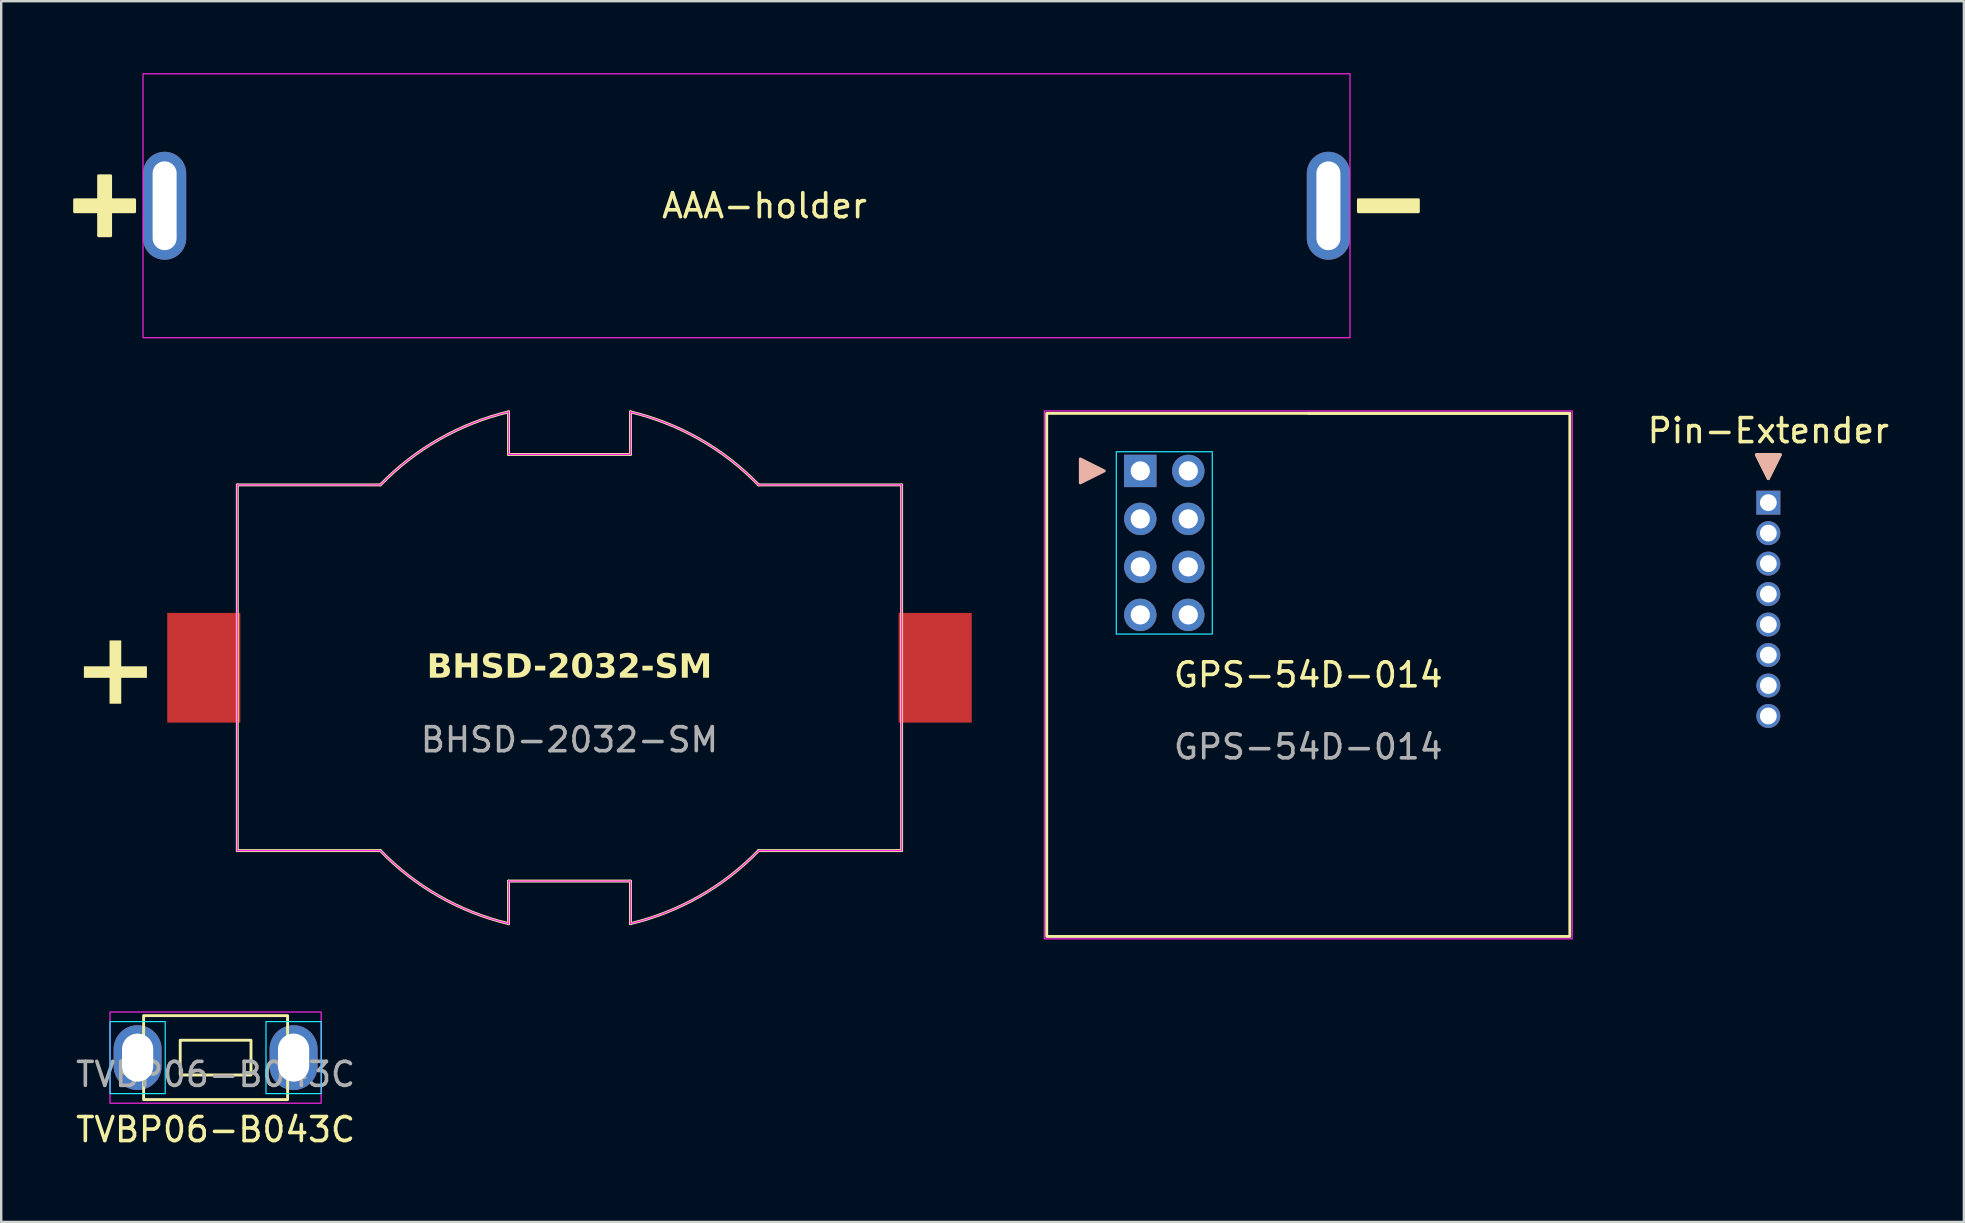
<source format=kicad_pcb>
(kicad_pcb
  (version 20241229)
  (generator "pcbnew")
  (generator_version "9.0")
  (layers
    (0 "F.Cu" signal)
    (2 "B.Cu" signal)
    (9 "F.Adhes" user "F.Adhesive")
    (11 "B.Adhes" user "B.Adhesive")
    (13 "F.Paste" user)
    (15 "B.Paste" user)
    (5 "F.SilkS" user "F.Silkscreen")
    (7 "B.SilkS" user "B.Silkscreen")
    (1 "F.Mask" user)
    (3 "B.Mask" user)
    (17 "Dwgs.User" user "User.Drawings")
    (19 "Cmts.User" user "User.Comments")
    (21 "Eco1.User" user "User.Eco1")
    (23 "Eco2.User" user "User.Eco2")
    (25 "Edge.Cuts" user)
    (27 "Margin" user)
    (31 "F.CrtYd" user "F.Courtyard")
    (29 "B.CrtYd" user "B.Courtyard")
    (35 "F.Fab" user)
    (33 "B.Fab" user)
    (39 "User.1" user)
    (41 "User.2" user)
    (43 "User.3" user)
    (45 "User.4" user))
  (footprint "TVBP06-B043C"
    (layer "F.Cu")
    (at 5.935 41.025)
    (property "Reference" "TVBP06-B043C" (at 0 3 0) (unlocked yes) (layer "F.SilkS") (effects (font (size 1 1) (thickness 0.15))))
    (attr through_hole)
    (fp_rect (start -1.475 -0.725) (end 1.475 0.725) (stroke (width 0.12) (type solid)) (fill no) (layer "F.SilkS"))
    (fp_rect (start 3 -1.75) (end -3 1.75) (stroke (width 0.12) (type default)) (fill no) (layer "F.SilkS"))
    (fp_rect (start -2.1 -1.5) (end -4.4 1.5) (stroke (width 0.05) (type default)) (fill no) (layer "B.CrtYd"))
    (fp_rect (start 4.4 -1.5) (end 2.1 1.5) (stroke (width 0.05) (type default)) (fill no) (layer "B.CrtYd"))
    (fp_rect (start 4.4 -1.9) (end -4.4 1.9) (stroke (width 0.05) (type default)) (fill no) (layer "F.CrtYd"))
    (fp_text user "${REFERENCE}" (at 0 0.7 0) (unlocked yes) (layer "F.Fab") (effects (font (size 1 1) (thickness 0.15))))
    (pad "1" thru_hole oval (at -3.25 0) (size 2 2.7) (drill oval 1.3 2) (layers "*.Cu" "*.Mask"))
    (pad "2" thru_hole oval (at 3.25 0) (size 2 2.7) (drill oval 1.3 2) (layers "*.Cu" "*.Mask")))
  (footprint "Pin-Extender"
    (layer "F.Cu")
    (at 70.644 17.898)
    (property "Reference" "Pin-Extender" (at 0 -3 0) (layer "F.SilkS") (effects (font (size 1 1) (thickness 0.15))))
    (attr through_hole)
    (fp_poly (pts (xy 0 -1) (xy -0.5 -2) (xy 0.5 -2)) (stroke (width 0.12) (type solid)) (fill yes) (layer "F.SilkS"))
    (fp_poly (pts (xy 0 -1) (xy 0.5 -2) (xy -0.5 -2)) (stroke (width 0.12) (type solid)) (fill yes) (layer "B.SilkS"))
    (pad "1" thru_hole rect (at 0 0) (size 1 1) (drill 0.7) (layers "*.Cu" "*.Mask"))
    (pad "2" thru_hole oval (at 0 1.27) (size 1 1) (drill 0.7) (layers "*.Cu" "*.Mask"))
    (pad "3" thru_hole oval (at 0 2.54) (size 1 1) (drill 0.7) (layers "*.Cu" "*.Mask"))
    (pad "4" thru_hole oval (at 0 3.81) (size 1 1) (drill 0.7) (layers "*.Cu" "*.Mask"))
    (pad "5" thru_hole oval (at 0 5.08) (size 1 1) (drill 0.7) (layers "*.Cu" "*.Mask"))
    (pad "6" thru_hole oval (at 0 6.35) (size 1 1) (drill 0.7) (layers "*.Cu" "*.Mask"))
    (pad "7" thru_hole oval (at 0 7.62) (size 1 1) (drill 0.7) (layers "*.Cu" "*.Mask"))
    (pad "8" thru_hole oval (at 0 8.89) (size 1 1) (drill 0.7) (layers "*.Cu" "*.Mask")))
  (footprint "GPS-54D-014"
    (layer "F.Cu")
    (at 51.471 25.075)
    (property "Reference" "GPS-54D-014" (at 0 0 0) (unlocked yes) (layer "F.SilkS") (effects (font (size 1 1) (thickness 0.15))))
    (attr through_hole)
    (fp_line (start 0 -10.9) (end 10.9 -10.9) (stroke (width 0.12) (type default)) (layer "F.SilkS"))
    (fp_rect (start -10.9 -10.9) (end 10.9 10.9) (stroke (width 0.12) (type default)) (fill no) (layer "F.SilkS"))
    (fp_poly (pts (xy -8.5 -8.5) (xy -9.5 -9) (xy -9.5 -8)) (stroke (width 0.12) (type solid)) (fill yes) (layer "B.SilkS"))
    (fp_rect (start -8 -9.3) (end -4 -1.7) (stroke (width 0.05) (type default)) (fill no) (layer "B.CrtYd"))
    (fp_rect (start -11 -11) (end 11 11) (stroke (width 0.05) (type default)) (fill no) (layer "F.CrtYd"))
    (fp_text user "${REFERENCE}" (at 0 3 0) (unlocked yes) (layer "F.Fab") (effects (font (size 1 1) (thickness 0.15))))
    (pad "1" thru_hole rect (at -7 -8.5) (size 1.35 1.35) (drill 0.8) (layers "*.Cu" "*.Mask"))
    (pad "2" thru_hole circle (at -5 -8.5) (size 1.35 1.35) (drill 0.8) (layers "*.Cu" "*.Mask"))
    (pad "3" thru_hole circle (at -7 -6.5) (size 1.35 1.35) (drill 0.8) (layers "*.Cu" "*.Mask"))
    (pad "4" thru_hole circle (at -5 -6.5) (size 1.35 1.35) (drill 0.8) (layers "*.Cu" "*.Mask"))
    (pad "5" thru_hole circle (at -7 -4.5) (size 1.35 1.35) (drill 0.8) (layers "*.Cu" "*.Mask"))
    (pad "6" thru_hole circle (at -5 -4.5) (size 1.35 1.35) (drill 0.8) (layers "*.Cu" "*.Mask"))
    (pad "7" thru_hole circle (at -7 -2.5) (size 1.35 1.35) (drill 0.8) (layers "*.Cu" "*.Mask"))
    (pad "8" thru_hole circle (at -5 -2.5) (size 1.35 1.35) (drill 0.8) (layers "*.Cu" "*.Mask")))
  (footprint "AAA-holder"
    (layer "F.Cu")
    (at 3.81 5.525)
    (property "Reference" "AAA-holder" (at 25 0 180) (layer "F.SilkS") (effects (font (size 1 1) (thickness 0.15))))
    (attr through_hole)
    (fp_rect (start -3.75 -0.25) (end -1.25 0.25) (stroke (width 0.12) (type default)) (fill yes) (layer "F.SilkS"))
    (fp_rect (start -2.75 -1.25) (end -2.25 1.25) (stroke (width 0.12) (type default)) (fill yes) (layer "F.SilkS"))
    (fp_rect (start 49.75 -0.25) (end 52.25 0.25) (stroke (width 0.12) (type default)) (fill yes) (layer "F.SilkS"))
    (fp_rect (start -0.9 -5.5) (end 49.4 5.5) (stroke (width 0.05) (type default)) (fill no) (layer "F.CrtYd"))
    (pad "1" thru_hole oval (at 0 0) (size 1.8 4.5) (drill oval 1 3.7) (layers "*.Cu" "*.Mask"))
    (pad "2" thru_hole oval (at 48.5 0) (size 1.8 4.5) (drill oval 1 3.7) (layers "*.Cu" "*.Mask")))
  (footprint "BHSD-2032-SM"
    (layer "F.Cu")
    (at 20.682 24.778)
    (property "Reference" "BHSD-2032-SM" (at 0 0 0) (unlocked yes) (layer "F.SilkS") (effects (font (face "Arial Black") (size 1 1) (thickness 0.15))))
    (attr smd)
    (fp_line (start -13.843 -7.62) (end -13.843 7.62) (stroke (width 0.12) (type default)) (layer "F.SilkS"))
    (fp_line (start -7.88 -7.62) (end -13.843 -7.62) (stroke (width 0.12) (type default)) (layer "F.SilkS"))
    (fp_line (start -7.88 7.62) (end -13.843 7.62) (stroke (width 0.12) (type default)) (layer "F.SilkS"))
    (fp_line (start -2.54 -8.89) (end -2.54 -10.668) (stroke (width 0.12) (type default)) (layer "F.SilkS"))
    (fp_line (start -2.54 8.89) (end -2.54 10.668) (stroke (width 0.12) (type default)) (layer "F.SilkS"))
    (fp_line (start 2.54 -8.89) (end -2.54 -8.89) (stroke (width 0.12) (type default)) (layer "F.SilkS"))
    (fp_line (start 2.54 -8.89) (end 2.54 -10.668) (stroke (width 0.12) (type default)) (layer "F.SilkS"))
    (fp_line (start 2.54 8.89) (end -2.54 8.89) (stroke (width 0.12) (type default)) (layer "F.SilkS"))
    (fp_line (start 2.54 8.89) (end 2.54 10.668) (stroke (width 0.12) (type default)) (layer "F.SilkS"))
    (fp_line (start 7.88 -7.62) (end 13.843 -7.62) (stroke (width 0.12) (type default)) (layer "F.SilkS"))
    (fp_line (start 7.88 7.62) (end 13.843 7.62) (stroke (width 0.12) (type default)) (layer "F.SilkS"))
    (fp_line (start 13.843 -7.62) (end 13.843 7.62) (stroke (width 0.12) (type default)) (layer "F.SilkS"))
    (fp_arc (start -7.88034 -7.619999) (mid -5.427427 -9.524032) (end -2.53901 -10.663845) (stroke (width 0.12) (type default)) (layer "F.SilkS"))
    (fp_arc (start -2.53901 10.663846) (mid -5.427427 9.524034) (end -7.88034 7.62) (stroke (width 0.12) (type default)) (layer "F.SilkS"))
    (fp_arc (start 2.539012 -10.663846) (mid 5.42743 -9.524033) (end 7.880344 -7.62) (stroke (width 0.12) (type default)) (layer "F.SilkS"))
    (fp_arc (start 7.880344 7.620001) (mid 5.427429 9.524033) (end 2.539012 10.663847) (stroke (width 0.12) (type default)) (layer "F.SilkS"))
    (fp_line (start -13.843 -7.62) (end -13.843 7.62) (stroke (width 0.05) (type default)) (layer "F.CrtYd"))
    (fp_line (start -7.88 -7.62) (end -13.843 -7.62) (stroke (width 0.05) (type default)) (layer "F.CrtYd"))
    (fp_line (start -7.88 7.62) (end -13.843 7.62) (stroke (width 0.05) (type default)) (layer "F.CrtYd"))
    (fp_line (start -2.54 -8.89) (end -2.54 -10.668) (stroke (width 0.05) (type default)) (layer "F.CrtYd"))
    (fp_line (start -2.54 8.89) (end -2.54 10.668) (stroke (width 0.05) (type default)) (layer "F.CrtYd"))
    (fp_line (start 2.54 -8.89) (end -2.54 -8.89) (stroke (width 0.05) (type default)) (layer "F.CrtYd"))
    (fp_line (start 2.54 -8.89) (end 2.54 -10.668) (stroke (width 0.05) (type default)) (layer "F.CrtYd"))
    (fp_line (start 2.54 8.89) (end -2.54 8.89) (stroke (width 0.05) (type default)) (layer "F.CrtYd"))
    (fp_line (start 2.54 8.89) (end 2.54 10.668) (stroke (width 0.05) (type default)) (layer "F.CrtYd"))
    (fp_line (start 7.88 -7.62) (end 13.843 -7.62) (stroke (width 0.05) (type default)) (layer "F.CrtYd"))
    (fp_line (start 7.88 7.62) (end 13.843 7.62) (stroke (width 0.05) (type default)) (layer "F.CrtYd"))
    (fp_line (start 13.843 -7.62) (end 13.843 7.62) (stroke (width 0.05) (type default)) (layer "F.CrtYd"))
    (fp_arc (start -7.880341 -7.619999) (mid -5.427428 -9.524032) (end -2.539011 -10.663845) (stroke (width 0.05) (type default)) (layer "F.CrtYd"))
    (fp_arc (start -2.539011 10.663846) (mid -5.427428 9.524034) (end -7.880341 7.62) (stroke (width 0.05) (type default)) (layer "F.CrtYd"))
    (fp_arc (start 2.539011 -10.663846) (mid 5.427429 -9.524033) (end 7.880343 -7.62) (stroke (width 0.05) (type default)) (layer "F.CrtYd"))
    (fp_arc (start 7.880343 7.620001) (mid 5.427428 9.524033) (end 2.539011 10.663847) (stroke (width 0.05) (type default)) (layer "F.CrtYd"))
    (fp_text user "+" (at -18.923 0.254 0) (unlocked yes) (layer "F.SilkS") (effects (font (face "Arial Black") (size 3 3) (thickness 0.15))))
    (fp_text user "${REFERENCE}" (at 0 3 0) (unlocked yes) (layer "F.Fab") (effects (font (size 1 1) (thickness 0.15))))
    (pad "1" smd rect (at -15.24 0) (size 3.048 4.572) (layers "F.Cu" "F.Mask" "F.Paste"))
    (pad "2" smd rect (at 15.24 0) (size 3.048 4.572) (layers "F.Cu" "F.Mask" "F.Paste")))
  (gr_rect
    (start -3 -3)
    (end 78.793 47.873)
    (stroke (width 0.1) (type default))
    (fill no)
    (layer "Edge.Cuts")))
</source>
